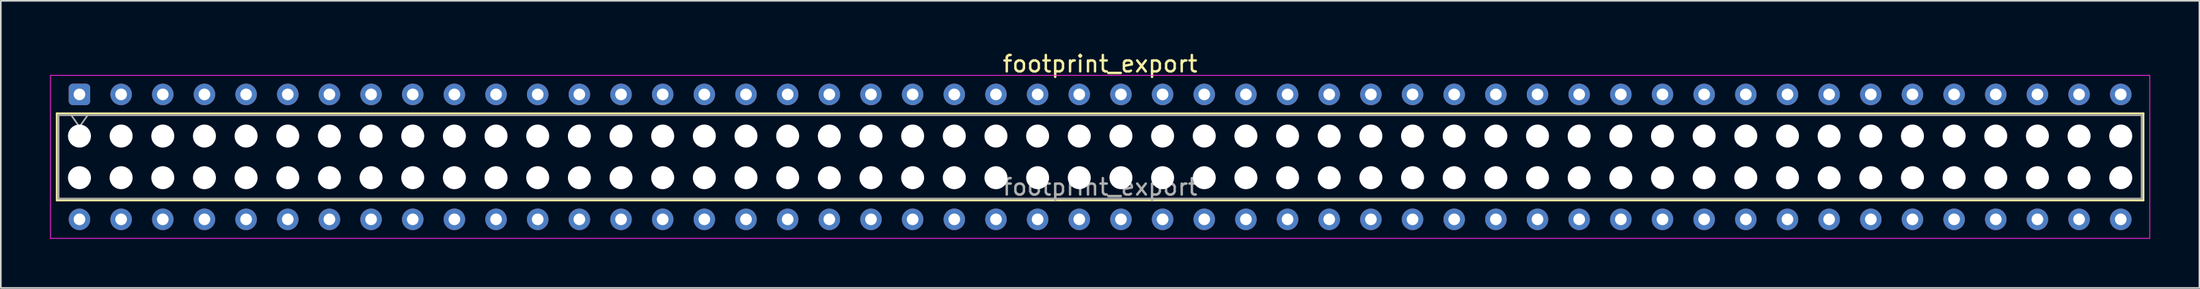
<source format=kicad_pcb>
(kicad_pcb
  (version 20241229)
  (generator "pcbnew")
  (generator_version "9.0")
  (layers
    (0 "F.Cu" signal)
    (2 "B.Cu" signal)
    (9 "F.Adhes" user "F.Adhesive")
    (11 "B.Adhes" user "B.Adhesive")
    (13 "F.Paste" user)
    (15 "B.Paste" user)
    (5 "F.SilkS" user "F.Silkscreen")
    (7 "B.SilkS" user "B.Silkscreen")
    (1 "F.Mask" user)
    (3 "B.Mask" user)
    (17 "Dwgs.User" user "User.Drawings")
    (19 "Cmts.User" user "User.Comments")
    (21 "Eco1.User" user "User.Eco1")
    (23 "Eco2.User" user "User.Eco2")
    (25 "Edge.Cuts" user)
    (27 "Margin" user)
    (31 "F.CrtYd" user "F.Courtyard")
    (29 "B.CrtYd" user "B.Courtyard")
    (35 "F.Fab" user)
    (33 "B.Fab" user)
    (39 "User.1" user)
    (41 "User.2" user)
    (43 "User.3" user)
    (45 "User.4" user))
  (footprint "footprint_export"
    (layer "F.Cu")
    (at 1.795 2.708)
    (property "Reference" "footprint_export" (at 62.23 -1.86 0) (layer "F.SilkS") (effects (font (size 1 1) (thickness 0.15))))
    (attr through_hole)
    (fp_line (start -1.38 1.16) (end 125.84 1.16) (stroke (width 0.12) (type solid)) (layer "F.SilkS"))
    (fp_line (start -1.38 6.46) (end -1.38 1.16) (stroke (width 0.12) (type solid)) (layer "F.SilkS"))
    (fp_line (start 125.84 1.16) (end 125.84 6.46) (stroke (width 0.12) (type solid)) (layer "F.SilkS"))
    (fp_line (start 125.84 6.46) (end -1.38 6.46) (stroke (width 0.12) (type solid)) (layer "F.SilkS"))
    (fp_line (start -1.77 -1.16) (end 126.23 -1.16) (stroke (width 0.05) (type solid)) (layer "F.CrtYd"))
    (fp_line (start -1.77 8.78) (end -1.77 -1.16) (stroke (width 0.05) (type solid)) (layer "F.CrtYd"))
    (fp_line (start 126.23 -1.16) (end 126.23 8.78) (stroke (width 0.05) (type solid)) (layer "F.CrtYd"))
    (fp_line (start 126.23 8.78) (end -1.77 8.78) (stroke (width 0.05) (type solid)) (layer "F.CrtYd"))
    (fp_line (start -1.27 1.27) (end 125.73 1.27) (stroke (width 0.1) (type solid)) (layer "F.Fab"))
    (fp_line (start -1.27 6.35) (end -1.27 1.27) (stroke (width 0.1) (type solid)) (layer "F.Fab"))
    (fp_line (start -0.5 1.27) (end 0 1.977) (stroke (width 0.1) (type solid)) (layer "F.Fab"))
    (fp_line (start 0 1.977) (end 0.5 1.27) (stroke (width 0.1) (type solid)) (layer "F.Fab"))
    (fp_line (start 125.73 1.27) (end 125.73 6.35) (stroke (width 0.1) (type solid)) (layer "F.Fab"))
    (fp_line (start 125.73 6.35) (end -1.27 6.35) (stroke (width 0.1) (type solid)) (layer "F.Fab"))
    (fp_text user "${REFERENCE}" (at 62.23 5.65 0) (layer "F.Fab") (effects (font (size 1 1) (thickness 0.15))))
    (pad "" np_thru_hole circle (at 0 2.54) (size 1.4 1.4) (drill 1.4) (layers "*.Cu" "*.Mask"))
    (pad "" np_thru_hole circle (at 0 5.08) (size 1.4 1.4) (drill 1.4) (layers "*.Cu" "*.Mask"))
    (pad "" np_thru_hole circle (at 2.54 2.54) (size 1.4 1.4) (drill 1.4) (layers "*.Cu" "*.Mask"))
    (pad "" np_thru_hole circle (at 2.54 5.08) (size 1.4 1.4) (drill 1.4) (layers "*.Cu" "*.Mask"))
    (pad "" np_thru_hole circle (at 5.08 2.54) (size 1.4 1.4) (drill 1.4) (layers "*.Cu" "*.Mask"))
    (pad "" np_thru_hole circle (at 5.08 5.08) (size 1.4 1.4) (drill 1.4) (layers "*.Cu" "*.Mask"))
    (pad "" np_thru_hole circle (at 7.62 2.54) (size 1.4 1.4) (drill 1.4) (layers "*.Cu" "*.Mask"))
    (pad "" np_thru_hole circle (at 7.62 5.08) (size 1.4 1.4) (drill 1.4) (layers "*.Cu" "*.Mask"))
    (pad "" np_thru_hole circle (at 10.16 2.54) (size 1.4 1.4) (drill 1.4) (layers "*.Cu" "*.Mask"))
    (pad "" np_thru_hole circle (at 10.16 5.08) (size 1.4 1.4) (drill 1.4) (layers "*.Cu" "*.Mask"))
    (pad "" np_thru_hole circle (at 12.7 2.54) (size 1.4 1.4) (drill 1.4) (layers "*.Cu" "*.Mask"))
    (pad "" np_thru_hole circle (at 12.7 5.08) (size 1.4 1.4) (drill 1.4) (layers "*.Cu" "*.Mask"))
    (pad "" np_thru_hole circle (at 15.24 2.54) (size 1.4 1.4) (drill 1.4) (layers "*.Cu" "*.Mask"))
    (pad "" np_thru_hole circle (at 15.24 5.08) (size 1.4 1.4) (drill 1.4) (layers "*.Cu" "*.Mask"))
    (pad "" np_thru_hole circle (at 17.78 2.54) (size 1.4 1.4) (drill 1.4) (layers "*.Cu" "*.Mask"))
    (pad "" np_thru_hole circle (at 17.78 5.08) (size 1.4 1.4) (drill 1.4) (layers "*.Cu" "*.Mask"))
    (pad "" np_thru_hole circle (at 20.32 2.54) (size 1.4 1.4) (drill 1.4) (layers "*.Cu" "*.Mask"))
    (pad "" np_thru_hole circle (at 20.32 5.08) (size 1.4 1.4) (drill 1.4) (layers "*.Cu" "*.Mask"))
    (pad "" np_thru_hole circle (at 22.86 2.54) (size 1.4 1.4) (drill 1.4) (layers "*.Cu" "*.Mask"))
    (pad "" np_thru_hole circle (at 22.86 5.08) (size 1.4 1.4) (drill 1.4) (layers "*.Cu" "*.Mask"))
    (pad "" np_thru_hole circle (at 25.4 2.54) (size 1.4 1.4) (drill 1.4) (layers "*.Cu" "*.Mask"))
    (pad "" np_thru_hole circle (at 25.4 5.08) (size 1.4 1.4) (drill 1.4) (layers "*.Cu" "*.Mask"))
    (pad "" np_thru_hole circle (at 27.94 2.54) (size 1.4 1.4) (drill 1.4) (layers "*.Cu" "*.Mask"))
    (pad "" np_thru_hole circle (at 27.94 5.08) (size 1.4 1.4) (drill 1.4) (layers "*.Cu" "*.Mask"))
    (pad "" np_thru_hole circle (at 30.48 2.54) (size 1.4 1.4) (drill 1.4) (layers "*.Cu" "*.Mask"))
    (pad "" np_thru_hole circle (at 30.48 5.08) (size 1.4 1.4) (drill 1.4) (layers "*.Cu" "*.Mask"))
    (pad "" np_thru_hole circle (at 33.02 2.54) (size 1.4 1.4) (drill 1.4) (layers "*.Cu" "*.Mask"))
    (pad "" np_thru_hole circle (at 33.02 5.08) (size 1.4 1.4) (drill 1.4) (layers "*.Cu" "*.Mask"))
    (pad "" np_thru_hole circle (at 35.56 2.54) (size 1.4 1.4) (drill 1.4) (layers "*.Cu" "*.Mask"))
    (pad "" np_thru_hole circle (at 35.56 5.08) (size 1.4 1.4) (drill 1.4) (layers "*.Cu" "*.Mask"))
    (pad "" np_thru_hole circle (at 38.1 2.54) (size 1.4 1.4) (drill 1.4) (layers "*.Cu" "*.Mask"))
    (pad "" np_thru_hole circle (at 38.1 5.08) (size 1.4 1.4) (drill 1.4) (layers "*.Cu" "*.Mask"))
    (pad "" np_thru_hole circle (at 40.64 2.54) (size 1.4 1.4) (drill 1.4) (layers "*.Cu" "*.Mask"))
    (pad "" np_thru_hole circle (at 40.64 5.08) (size 1.4 1.4) (drill 1.4) (layers "*.Cu" "*.Mask"))
    (pad "" np_thru_hole circle (at 43.18 2.54) (size 1.4 1.4) (drill 1.4) (layers "*.Cu" "*.Mask"))
    (pad "" np_thru_hole circle (at 43.18 5.08) (size 1.4 1.4) (drill 1.4) (layers "*.Cu" "*.Mask"))
    (pad "" np_thru_hole circle (at 45.72 2.54) (size 1.4 1.4) (drill 1.4) (layers "*.Cu" "*.Mask"))
    (pad "" np_thru_hole circle (at 45.72 5.08) (size 1.4 1.4) (drill 1.4) (layers "*.Cu" "*.Mask"))
    (pad "" np_thru_hole circle (at 48.26 2.54) (size 1.4 1.4) (drill 1.4) (layers "*.Cu" "*.Mask"))
    (pad "" np_thru_hole circle (at 48.26 5.08) (size 1.4 1.4) (drill 1.4) (layers "*.Cu" "*.Mask"))
    (pad "" np_thru_hole circle (at 50.8 2.54) (size 1.4 1.4) (drill 1.4) (layers "*.Cu" "*.Mask"))
    (pad "" np_thru_hole circle (at 50.8 5.08) (size 1.4 1.4) (drill 1.4) (layers "*.Cu" "*.Mask"))
    (pad "" np_thru_hole circle (at 53.34 2.54) (size 1.4 1.4) (drill 1.4) (layers "*.Cu" "*.Mask"))
    (pad "" np_thru_hole circle (at 53.34 5.08) (size 1.4 1.4) (drill 1.4) (layers "*.Cu" "*.Mask"))
    (pad "" np_thru_hole circle (at 55.88 2.54) (size 1.4 1.4) (drill 1.4) (layers "*.Cu" "*.Mask"))
    (pad "" np_thru_hole circle (at 55.88 5.08) (size 1.4 1.4) (drill 1.4) (layers "*.Cu" "*.Mask"))
    (pad "" np_thru_hole circle (at 58.42 2.54) (size 1.4 1.4) (drill 1.4) (layers "*.Cu" "*.Mask"))
    (pad "" np_thru_hole circle (at 58.42 5.08) (size 1.4 1.4) (drill 1.4) (layers "*.Cu" "*.Mask"))
    (pad "" np_thru_hole circle (at 60.96 2.54) (size 1.4 1.4) (drill 1.4) (layers "*.Cu" "*.Mask"))
    (pad "" np_thru_hole circle (at 60.96 5.08) (size 1.4 1.4) (drill 1.4) (layers "*.Cu" "*.Mask"))
    (pad "" np_thru_hole circle (at 63.5 2.54) (size 1.4 1.4) (drill 1.4) (layers "*.Cu" "*.Mask"))
    (pad "" np_thru_hole circle (at 63.5 5.08) (size 1.4 1.4) (drill 1.4) (layers "*.Cu" "*.Mask"))
    (pad "" np_thru_hole circle (at 66.04 2.54) (size 1.4 1.4) (drill 1.4) (layers "*.Cu" "*.Mask"))
    (pad "" np_thru_hole circle (at 66.04 5.08) (size 1.4 1.4) (drill 1.4) (layers "*.Cu" "*.Mask"))
    (pad "" np_thru_hole circle (at 68.58 2.54) (size 1.4 1.4) (drill 1.4) (layers "*.Cu" "*.Mask"))
    (pad "" np_thru_hole circle (at 68.58 5.08) (size 1.4 1.4) (drill 1.4) (layers "*.Cu" "*.Mask"))
    (pad "" np_thru_hole circle (at 71.12 2.54) (size 1.4 1.4) (drill 1.4) (layers "*.Cu" "*.Mask"))
    (pad "" np_thru_hole circle (at 71.12 5.08) (size 1.4 1.4) (drill 1.4) (layers "*.Cu" "*.Mask"))
    (pad "" np_thru_hole circle (at 73.66 2.54) (size 1.4 1.4) (drill 1.4) (layers "*.Cu" "*.Mask"))
    (pad "" np_thru_hole circle (at 73.66 5.08) (size 1.4 1.4) (drill 1.4) (layers "*.Cu" "*.Mask"))
    (pad "" np_thru_hole circle (at 76.2 2.54) (size 1.4 1.4) (drill 1.4) (layers "*.Cu" "*.Mask"))
    (pad "" np_thru_hole circle (at 76.2 5.08) (size 1.4 1.4) (drill 1.4) (layers "*.Cu" "*.Mask"))
    (pad "" np_thru_hole circle (at 78.74 2.54) (size 1.4 1.4) (drill 1.4) (layers "*.Cu" "*.Mask"))
    (pad "" np_thru_hole circle (at 78.74 5.08) (size 1.4 1.4) (drill 1.4) (layers "*.Cu" "*.Mask"))
    (pad "" np_thru_hole circle (at 81.28 2.54) (size 1.4 1.4) (drill 1.4) (layers "*.Cu" "*.Mask"))
    (pad "" np_thru_hole circle (at 81.28 5.08) (size 1.4 1.4) (drill 1.4) (layers "*.Cu" "*.Mask"))
    (pad "" np_thru_hole circle (at 83.82 2.54) (size 1.4 1.4) (drill 1.4) (layers "*.Cu" "*.Mask"))
    (pad "" np_thru_hole circle (at 83.82 5.08) (size 1.4 1.4) (drill 1.4) (layers "*.Cu" "*.Mask"))
    (pad "" np_thru_hole circle (at 86.36 2.54) (size 1.4 1.4) (drill 1.4) (layers "*.Cu" "*.Mask"))
    (pad "" np_thru_hole circle (at 86.36 5.08) (size 1.4 1.4) (drill 1.4) (layers "*.Cu" "*.Mask"))
    (pad "" np_thru_hole circle (at 88.9 2.54) (size 1.4 1.4) (drill 1.4) (layers "*.Cu" "*.Mask"))
    (pad "" np_thru_hole circle (at 88.9 5.08) (size 1.4 1.4) (drill 1.4) (layers "*.Cu" "*.Mask"))
    (pad "" np_thru_hole circle (at 91.44 2.54) (size 1.4 1.4) (drill 1.4) (layers "*.Cu" "*.Mask"))
    (pad "" np_thru_hole circle (at 91.44 5.08) (size 1.4 1.4) (drill 1.4) (layers "*.Cu" "*.Mask"))
    (pad "" np_thru_hole circle (at 93.98 2.54) (size 1.4 1.4) (drill 1.4) (layers "*.Cu" "*.Mask"))
    (pad "" np_thru_hole circle (at 93.98 5.08) (size 1.4 1.4) (drill 1.4) (layers "*.Cu" "*.Mask"))
    (pad "" np_thru_hole circle (at 96.52 2.54) (size 1.4 1.4) (drill 1.4) (layers "*.Cu" "*.Mask"))
    (pad "" np_thru_hole circle (at 96.52 5.08) (size 1.4 1.4) (drill 1.4) (layers "*.Cu" "*.Mask"))
    (pad "" np_thru_hole circle (at 99.06 2.54) (size 1.4 1.4) (drill 1.4) (layers "*.Cu" "*.Mask"))
    (pad "" np_thru_hole circle (at 99.06 5.08) (size 1.4 1.4) (drill 1.4) (layers "*.Cu" "*.Mask"))
    (pad "" np_thru_hole circle (at 101.6 2.54) (size 1.4 1.4) (drill 1.4) (layers "*.Cu" "*.Mask"))
    (pad "" np_thru_hole circle (at 101.6 5.08) (size 1.4 1.4) (drill 1.4) (layers "*.Cu" "*.Mask"))
    (pad "" np_thru_hole circle (at 104.14 2.54) (size 1.4 1.4) (drill 1.4) (layers "*.Cu" "*.Mask"))
    (pad "" np_thru_hole circle (at 104.14 5.08) (size 1.4 1.4) (drill 1.4) (layers "*.Cu" "*.Mask"))
    (pad "" np_thru_hole circle (at 106.68 2.54) (size 1.4 1.4) (drill 1.4) (layers "*.Cu" "*.Mask"))
    (pad "" np_thru_hole circle (at 106.68 5.08) (size 1.4 1.4) (drill 1.4) (layers "*.Cu" "*.Mask"))
    (pad "" np_thru_hole circle (at 109.22 2.54) (size 1.4 1.4) (drill 1.4) (layers "*.Cu" "*.Mask"))
    (pad "" np_thru_hole circle (at 109.22 5.08) (size 1.4 1.4) (drill 1.4) (layers "*.Cu" "*.Mask"))
    (pad "" np_thru_hole circle (at 111.76 2.54) (size 1.4 1.4) (drill 1.4) (layers "*.Cu" "*.Mask"))
    (pad "" np_thru_hole circle (at 111.76 5.08) (size 1.4 1.4) (drill 1.4) (layers "*.Cu" "*.Mask"))
    (pad "" np_thru_hole circle (at 114.3 2.54) (size 1.4 1.4) (drill 1.4) (layers "*.Cu" "*.Mask"))
    (pad "" np_thru_hole circle (at 114.3 5.08) (size 1.4 1.4) (drill 1.4) (layers "*.Cu" "*.Mask"))
    (pad "" np_thru_hole circle (at 116.84 2.54) (size 1.4 1.4) (drill 1.4) (layers "*.Cu" "*.Mask"))
    (pad "" np_thru_hole circle (at 116.84 5.08) (size 1.4 1.4) (drill 1.4) (layers "*.Cu" "*.Mask"))
    (pad "" np_thru_hole circle (at 119.38 2.54) (size 1.4 1.4) (drill 1.4) (layers "*.Cu" "*.Mask"))
    (pad "" np_thru_hole circle (at 119.38 5.08) (size 1.4 1.4) (drill 1.4) (layers "*.Cu" "*.Mask"))
    (pad "" np_thru_hole circle (at 121.92 2.54) (size 1.4 1.4) (drill 1.4) (layers "*.Cu" "*.Mask"))
    (pad "" np_thru_hole circle (at 121.92 5.08) (size 1.4 1.4) (drill 1.4) (layers "*.Cu" "*.Mask"))
    (pad "" np_thru_hole circle (at 124.46 2.54) (size 1.4 1.4) (drill 1.4) (layers "*.Cu" "*.Mask"))
    (pad "" np_thru_hole circle (at 124.46 5.08) (size 1.4 1.4) (drill 1.4) (layers "*.Cu" "*.Mask"))
    (pad "1" thru_hole roundrect (at 0 0) (size 1.31 1.31) (drill 0.71) (layers "*.Cu" "*.Mask") (roundrect_rratio 0.191))
    (pad "2" thru_hole circle (at 0 7.62) (size 1.31 1.31) (drill 0.71) (layers "*.Cu" "*.Mask"))
    (pad "3" thru_hole circle (at 2.54 0) (size 1.31 1.31) (drill 0.71) (layers "*.Cu" "*.Mask"))
    (pad "4" thru_hole circle (at 2.54 7.62) (size 1.31 1.31) (drill 0.71) (layers "*.Cu" "*.Mask"))
    (pad "5" thru_hole circle (at 5.08 0) (size 1.31 1.31) (drill 0.71) (layers "*.Cu" "*.Mask"))
    (pad "6" thru_hole circle (at 5.08 7.62) (size 1.31 1.31) (drill 0.71) (layers "*.Cu" "*.Mask"))
    (pad "7" thru_hole circle (at 7.62 0) (size 1.31 1.31) (drill 0.71) (layers "*.Cu" "*.Mask"))
    (pad "8" thru_hole circle (at 7.62 7.62) (size 1.31 1.31) (drill 0.71) (layers "*.Cu" "*.Mask"))
    (pad "9" thru_hole circle (at 10.16 0) (size 1.31 1.31) (drill 0.71) (layers "*.Cu" "*.Mask"))
    (pad "10" thru_hole circle (at 10.16 7.62) (size 1.31 1.31) (drill 0.71) (layers "*.Cu" "*.Mask"))
    (pad "11" thru_hole circle (at 12.7 0) (size 1.31 1.31) (drill 0.71) (layers "*.Cu" "*.Mask"))
    (pad "12" thru_hole circle (at 12.7 7.62) (size 1.31 1.31) (drill 0.71) (layers "*.Cu" "*.Mask"))
    (pad "13" thru_hole circle (at 15.24 0) (size 1.31 1.31) (drill 0.71) (layers "*.Cu" "*.Mask"))
    (pad "14" thru_hole circle (at 15.24 7.62) (size 1.31 1.31) (drill 0.71) (layers "*.Cu" "*.Mask"))
    (pad "15" thru_hole circle (at 17.78 0) (size 1.31 1.31) (drill 0.71) (layers "*.Cu" "*.Mask"))
    (pad "16" thru_hole circle (at 17.78 7.62) (size 1.31 1.31) (drill 0.71) (layers "*.Cu" "*.Mask"))
    (pad "17" thru_hole circle (at 20.32 0) (size 1.31 1.31) (drill 0.71) (layers "*.Cu" "*.Mask"))
    (pad "18" thru_hole circle (at 20.32 7.62) (size 1.31 1.31) (drill 0.71) (layers "*.Cu" "*.Mask"))
    (pad "19" thru_hole circle (at 22.86 0) (size 1.31 1.31) (drill 0.71) (layers "*.Cu" "*.Mask"))
    (pad "20" thru_hole circle (at 22.86 7.62) (size 1.31 1.31) (drill 0.71) (layers "*.Cu" "*.Mask"))
    (pad "21" thru_hole circle (at 25.4 0) (size 1.31 1.31) (drill 0.71) (layers "*.Cu" "*.Mask"))
    (pad "22" thru_hole circle (at 25.4 7.62) (size 1.31 1.31) (drill 0.71) (layers "*.Cu" "*.Mask"))
    (pad "23" thru_hole circle (at 27.94 0) (size 1.31 1.31) (drill 0.71) (layers "*.Cu" "*.Mask"))
    (pad "24" thru_hole circle (at 27.94 7.62) (size 1.31 1.31) (drill 0.71) (layers "*.Cu" "*.Mask"))
    (pad "25" thru_hole circle (at 30.48 0) (size 1.31 1.31) (drill 0.71) (layers "*.Cu" "*.Mask"))
    (pad "26" thru_hole circle (at 30.48 7.62) (size 1.31 1.31) (drill 0.71) (layers "*.Cu" "*.Mask"))
    (pad "27" thru_hole circle (at 33.02 0) (size 1.31 1.31) (drill 0.71) (layers "*.Cu" "*.Mask"))
    (pad "28" thru_hole circle (at 33.02 7.62) (size 1.31 1.31) (drill 0.71) (layers "*.Cu" "*.Mask"))
    (pad "29" thru_hole circle (at 35.56 0) (size 1.31 1.31) (drill 0.71) (layers "*.Cu" "*.Mask"))
    (pad "30" thru_hole circle (at 35.56 7.62) (size 1.31 1.31) (drill 0.71) (layers "*.Cu" "*.Mask"))
    (pad "31" thru_hole circle (at 38.1 0) (size 1.31 1.31) (drill 0.71) (layers "*.Cu" "*.Mask"))
    (pad "32" thru_hole circle (at 38.1 7.62) (size 1.31 1.31) (drill 0.71) (layers "*.Cu" "*.Mask"))
    (pad "33" thru_hole circle (at 40.64 0) (size 1.31 1.31) (drill 0.71) (layers "*.Cu" "*.Mask"))
    (pad "34" thru_hole circle (at 40.64 7.62) (size 1.31 1.31) (drill 0.71) (layers "*.Cu" "*.Mask"))
    (pad "35" thru_hole circle (at 43.18 0) (size 1.31 1.31) (drill 0.71) (layers "*.Cu" "*.Mask"))
    (pad "36" thru_hole circle (at 43.18 7.62) (size 1.31 1.31) (drill 0.71) (layers "*.Cu" "*.Mask"))
    (pad "37" thru_hole circle (at 45.72 0) (size 1.31 1.31) (drill 0.71) (layers "*.Cu" "*.Mask"))
    (pad "38" thru_hole circle (at 45.72 7.62) (size 1.31 1.31) (drill 0.71) (layers "*.Cu" "*.Mask"))
    (pad "39" thru_hole circle (at 48.26 0) (size 1.31 1.31) (drill 0.71) (layers "*.Cu" "*.Mask"))
    (pad "40" thru_hole circle (at 48.26 7.62) (size 1.31 1.31) (drill 0.71) (layers "*.Cu" "*.Mask"))
    (pad "41" thru_hole circle (at 50.8 0) (size 1.31 1.31) (drill 0.71) (layers "*.Cu" "*.Mask"))
    (pad "42" thru_hole circle (at 50.8 7.62) (size 1.31 1.31) (drill 0.71) (layers "*.Cu" "*.Mask"))
    (pad "43" thru_hole circle (at 53.34 0) (size 1.31 1.31) (drill 0.71) (layers "*.Cu" "*.Mask"))
    (pad "44" thru_hole circle (at 53.34 7.62) (size 1.31 1.31) (drill 0.71) (layers "*.Cu" "*.Mask"))
    (pad "45" thru_hole circle (at 55.88 0) (size 1.31 1.31) (drill 0.71) (layers "*.Cu" "*.Mask"))
    (pad "46" thru_hole circle (at 55.88 7.62) (size 1.31 1.31) (drill 0.71) (layers "*.Cu" "*.Mask"))
    (pad "47" thru_hole circle (at 58.42 0) (size 1.31 1.31) (drill 0.71) (layers "*.Cu" "*.Mask"))
    (pad "48" thru_hole circle (at 58.42 7.62) (size 1.31 1.31) (drill 0.71) (layers "*.Cu" "*.Mask"))
    (pad "49" thru_hole circle (at 60.96 0) (size 1.31 1.31) (drill 0.71) (layers "*.Cu" "*.Mask"))
    (pad "50" thru_hole circle (at 60.96 7.62) (size 1.31 1.31) (drill 0.71) (layers "*.Cu" "*.Mask"))
    (pad "51" thru_hole circle (at 63.5 0) (size 1.31 1.31) (drill 0.71) (layers "*.Cu" "*.Mask"))
    (pad "52" thru_hole circle (at 63.5 7.62) (size 1.31 1.31) (drill 0.71) (layers "*.Cu" "*.Mask"))
    (pad "53" thru_hole circle (at 66.04 0) (size 1.31 1.31) (drill 0.71) (layers "*.Cu" "*.Mask"))
    (pad "54" thru_hole circle (at 66.04 7.62) (size 1.31 1.31) (drill 0.71) (layers "*.Cu" "*.Mask"))
    (pad "55" thru_hole circle (at 68.58 0) (size 1.31 1.31) (drill 0.71) (layers "*.Cu" "*.Mask"))
    (pad "56" thru_hole circle (at 68.58 7.62) (size 1.31 1.31) (drill 0.71) (layers "*.Cu" "*.Mask"))
    (pad "57" thru_hole circle (at 71.12 0) (size 1.31 1.31) (drill 0.71) (layers "*.Cu" "*.Mask"))
    (pad "58" thru_hole circle (at 71.12 7.62) (size 1.31 1.31) (drill 0.71) (layers "*.Cu" "*.Mask"))
    (pad "59" thru_hole circle (at 73.66 0) (size 1.31 1.31) (drill 0.71) (layers "*.Cu" "*.Mask"))
    (pad "60" thru_hole circle (at 73.66 7.62) (size 1.31 1.31) (drill 0.71) (layers "*.Cu" "*.Mask"))
    (pad "61" thru_hole circle (at 76.2 0) (size 1.31 1.31) (drill 0.71) (layers "*.Cu" "*.Mask"))
    (pad "62" thru_hole circle (at 76.2 7.62) (size 1.31 1.31) (drill 0.71) (layers "*.Cu" "*.Mask"))
    (pad "63" thru_hole circle (at 78.74 0) (size 1.31 1.31) (drill 0.71) (layers "*.Cu" "*.Mask"))
    (pad "64" thru_hole circle (at 78.74 7.62) (size 1.31 1.31) (drill 0.71) (layers "*.Cu" "*.Mask"))
    (pad "65" thru_hole circle (at 81.28 0) (size 1.31 1.31) (drill 0.71) (layers "*.Cu" "*.Mask"))
    (pad "66" thru_hole circle (at 81.28 7.62) (size 1.31 1.31) (drill 0.71) (layers "*.Cu" "*.Mask"))
    (pad "67" thru_hole circle (at 83.82 0) (size 1.31 1.31) (drill 0.71) (layers "*.Cu" "*.Mask"))
    (pad "68" thru_hole circle (at 83.82 7.62) (size 1.31 1.31) (drill 0.71) (layers "*.Cu" "*.Mask"))
    (pad "69" thru_hole circle (at 86.36 0) (size 1.31 1.31) (drill 0.71) (layers "*.Cu" "*.Mask"))
    (pad "70" thru_hole circle (at 86.36 7.62) (size 1.31 1.31) (drill 0.71) (layers "*.Cu" "*.Mask"))
    (pad "71" thru_hole circle (at 88.9 0) (size 1.31 1.31) (drill 0.71) (layers "*.Cu" "*.Mask"))
    (pad "72" thru_hole circle (at 88.9 7.62) (size 1.31 1.31) (drill 0.71) (layers "*.Cu" "*.Mask"))
    (pad "73" thru_hole circle (at 91.44 0) (size 1.31 1.31) (drill 0.71) (layers "*.Cu" "*.Mask"))
    (pad "74" thru_hole circle (at 91.44 7.62) (size 1.31 1.31) (drill 0.71) (layers "*.Cu" "*.Mask"))
    (pad "75" thru_hole circle (at 93.98 0) (size 1.31 1.31) (drill 0.71) (layers "*.Cu" "*.Mask"))
    (pad "76" thru_hole circle (at 93.98 7.62) (size 1.31 1.31) (drill 0.71) (layers "*.Cu" "*.Mask"))
    (pad "77" thru_hole circle (at 96.52 0) (size 1.31 1.31) (drill 0.71) (layers "*.Cu" "*.Mask"))
    (pad "78" thru_hole circle (at 96.52 7.62) (size 1.31 1.31) (drill 0.71) (layers "*.Cu" "*.Mask"))
    (pad "79" thru_hole circle (at 99.06 0) (size 1.31 1.31) (drill 0.71) (layers "*.Cu" "*.Mask"))
    (pad "80" thru_hole circle (at 99.06 7.62) (size 1.31 1.31) (drill 0.71) (layers "*.Cu" "*.Mask"))
    (pad "81" thru_hole circle (at 101.6 0) (size 1.31 1.31) (drill 0.71) (layers "*.Cu" "*.Mask"))
    (pad "82" thru_hole circle (at 101.6 7.62) (size 1.31 1.31) (drill 0.71) (layers "*.Cu" "*.Mask"))
    (pad "83" thru_hole circle (at 104.14 0) (size 1.31 1.31) (drill 0.71) (layers "*.Cu" "*.Mask"))
    (pad "84" thru_hole circle (at 104.14 7.62) (size 1.31 1.31) (drill 0.71) (layers "*.Cu" "*.Mask"))
    (pad "85" thru_hole circle (at 106.68 0) (size 1.31 1.31) (drill 0.71) (layers "*.Cu" "*.Mask"))
    (pad "86" thru_hole circle (at 106.68 7.62) (size 1.31 1.31) (drill 0.71) (layers "*.Cu" "*.Mask"))
    (pad "87" thru_hole circle (at 109.22 0) (size 1.31 1.31) (drill 0.71) (layers "*.Cu" "*.Mask"))
    (pad "88" thru_hole circle (at 109.22 7.62) (size 1.31 1.31) (drill 0.71) (layers "*.Cu" "*.Mask"))
    (pad "89" thru_hole circle (at 111.76 0) (size 1.31 1.31) (drill 0.71) (layers "*.Cu" "*.Mask"))
    (pad "90" thru_hole circle (at 111.76 7.62) (size 1.31 1.31) (drill 0.71) (layers "*.Cu" "*.Mask"))
    (pad "91" thru_hole circle (at 114.3 0) (size 1.31 1.31) (drill 0.71) (layers "*.Cu" "*.Mask"))
    (pad "92" thru_hole circle (at 114.3 7.62) (size 1.31 1.31) (drill 0.71) (layers "*.Cu" "*.Mask"))
    (pad "93" thru_hole circle (at 116.84 0) (size 1.31 1.31) (drill 0.71) (layers "*.Cu" "*.Mask"))
    (pad "94" thru_hole circle (at 116.84 7.62) (size 1.31 1.31) (drill 0.71) (layers "*.Cu" "*.Mask"))
    (pad "95" thru_hole circle (at 119.38 0) (size 1.31 1.31) (drill 0.71) (layers "*.Cu" "*.Mask"))
    (pad "96" thru_hole circle (at 119.38 7.62) (size 1.31 1.31) (drill 0.71) (layers "*.Cu" "*.Mask"))
    (pad "97" thru_hole circle (at 121.92 0) (size 1.31 1.31) (drill 0.71) (layers "*.Cu" "*.Mask"))
    (pad "98" thru_hole circle (at 121.92 7.62) (size 1.31 1.31) (drill 0.71) (layers "*.Cu" "*.Mask"))
    (pad "99" thru_hole circle (at 124.46 0) (size 1.31 1.31) (drill 0.71) (layers "*.Cu" "*.Mask"))
    (pad "100" thru_hole circle (at 124.46 7.62) (size 1.31 1.31) (drill 0.71) (layers "*.Cu" "*.Mask")))
  (gr_rect
    (start -3 -3)
    (end 131.05 14.513)
    (stroke (width 0.1) (type default))
    (fill no)
    (layer "Edge.Cuts")))
</source>
